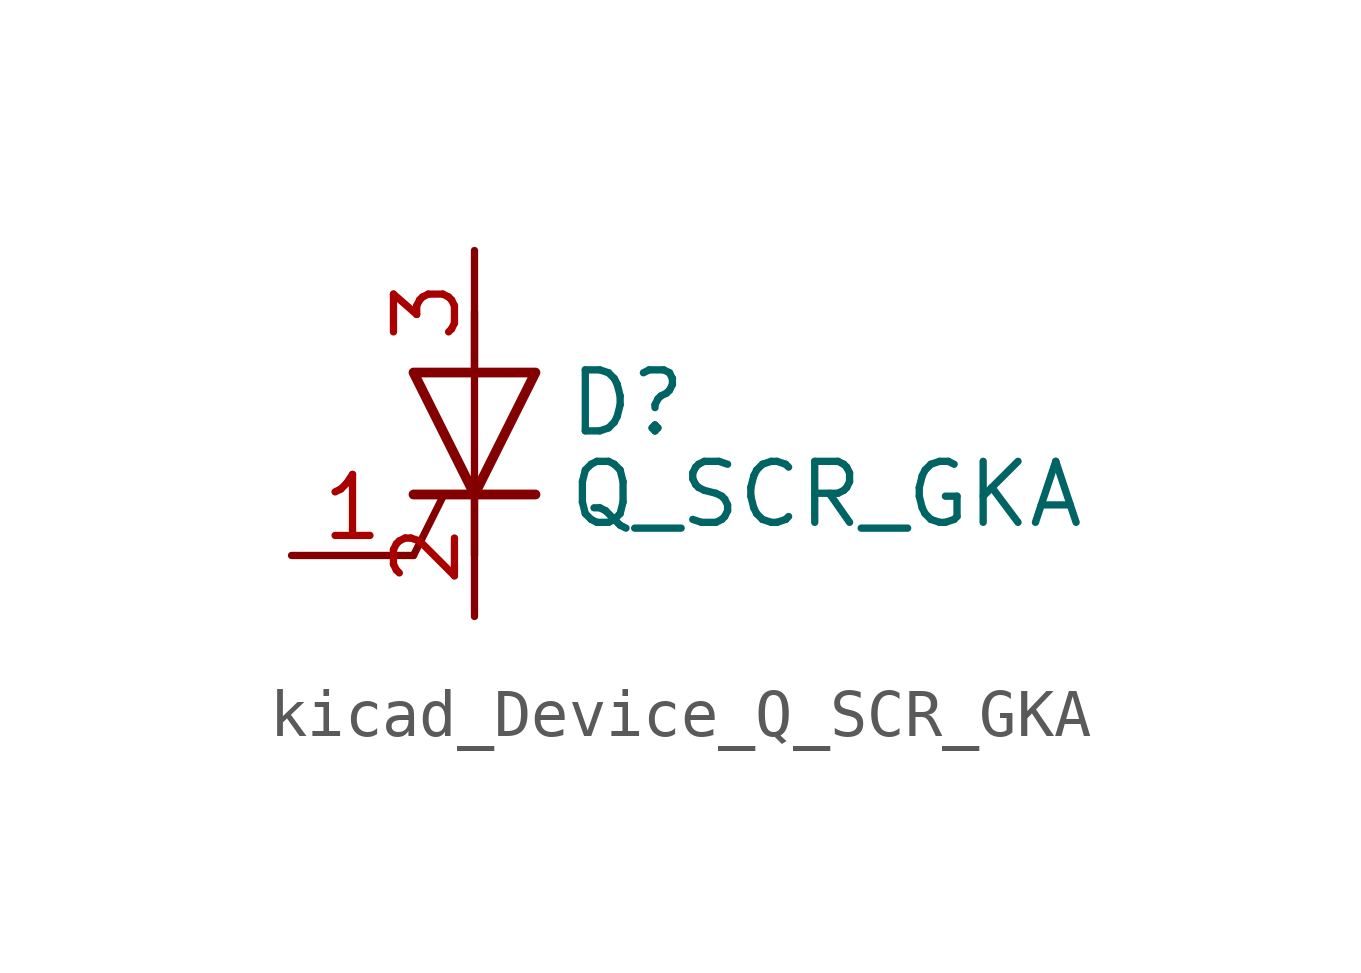
<source format=kicad_sym>
(kicad_symbol_lib
  (version 20220914)
  (generator kicad_symbol_editor)
  (symbol "kicad_Device_Q_SCR_GKA"
    (pin_names
      (offset 0) hide)
    (property "Reference" "D"
      (at 1.905 0.635 0)
      (effects (font (size 1.27 1.27)) (justify left)))
    (property "Value" "Q_SCR_GKA"
      (at 1.905 -1.27 0)
      (effects (font (size 1.27 1.27)) (justify left)))
    (symbol "kicad_Device_Q_SCR_GKA_0_1"
      (polyline (pts (xy -1.27 -2.54) (xy -0.635 -1.27)) (stroke (width 0) (type default)) (fill (type none)))
      (polyline (pts (xy -1.27 -1.27) (xy 1.27 -1.27)) (stroke (width 0.203) (type default)) (fill (type none)))
      (polyline (pts (xy 0 -2.54) (xy 0 2.54)) (stroke (width 0) (type default)) (fill (type none)))
      (polyline (pts (xy -1.27 1.27) (xy 1.27 1.27) (xy 0 -1.27) (xy -1.27 1.27)) (stroke (width 0.203) (type default)) (fill (type none))))
    (symbol "kicad_Device_Q_SCR_GKA_1_1"
      (pin input line (at -3.81 -2.54 0) (length 2.54) (name "G" (effects (font (size 1.27 1.27)))) (number "1" (effects (font (size 1.27 1.27)))))
      (pin passive line (at 0 -3.81 90) (length 2.54) (name "K" (effects (font (size 1.27 1.27)))) (number "2" (effects (font (size 1.27 1.27)))))
      (pin passive line (at 0 3.81 270) (length 2.54) (name "A" (effects (font (size 1.27 1.27)))) (number "3" (effects (font (size 1.27 1.27))))))))
</source>
